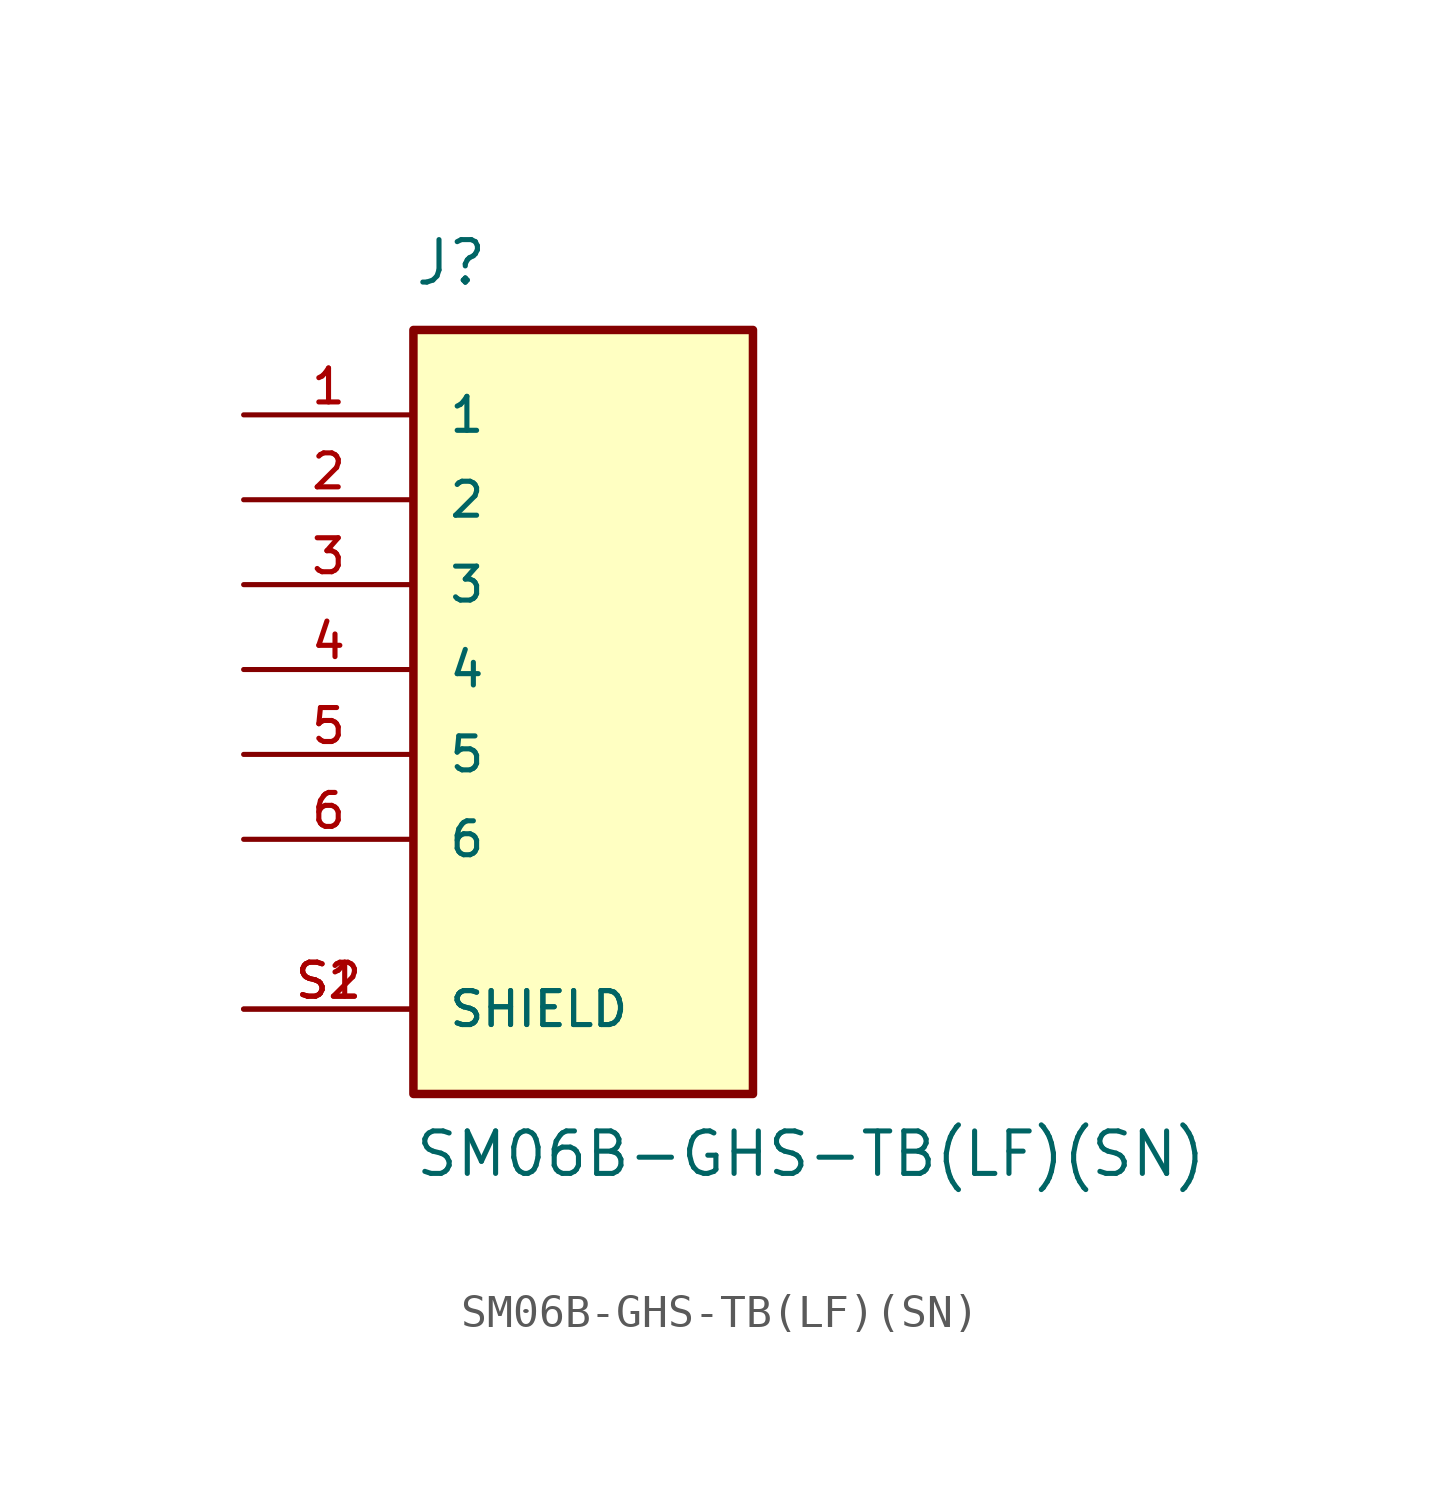
<source format=kicad_sym>
(kicad_symbol_lib
  (version 20211014)
  (generator kicad_symbol_editor)
  (symbol "SM06B-GHS-TB(LF)(SN)"
    (pin_names
      (offset 1.016))
    (property "Reference" "J"
      (at -5.08 11.43 0)
      (effects (font (size 1.27 1.27)) (justify left bottom)))
    (property "Value" "SM06B-GHS-TB(LF)(SN)"
      (at -5.08 -15.24 0)
      (effects (font (size 1.27 1.27)) (justify left bottom)))
    (property "ki_locked" ""
      (at 0 0 0)
      (effects (font (size 1.27 1.27))))
    (symbol "SM06B-GHS-TB(LF)(SN)_0_0"
      (rectangle (start -5.08 -12.7) (end 5.08 10.16) (stroke (width 0.254) (type default) (color 0 0 0 0)) (fill (type background)))
      (pin passive line (at -10.16 7.62 0) (length 5.08) (name "1" (effects (font (size 1.016 1.016)))) (number "1" (effects (font (size 1.016 1.016)))))
      (pin passive line (at -10.16 5.08 0) (length 5.08) (name "2" (effects (font (size 1.016 1.016)))) (number "2" (effects (font (size 1.016 1.016)))))
      (pin passive line (at -10.16 2.54 0) (length 5.08) (name "3" (effects (font (size 1.016 1.016)))) (number "3" (effects (font (size 1.016 1.016)))))
      (pin passive line (at -10.16 0 0) (length 5.08) (name "4" (effects (font (size 1.016 1.016)))) (number "4" (effects (font (size 1.016 1.016)))))
      (pin passive line (at -10.16 -2.54 0) (length 5.08) (name "5" (effects (font (size 1.016 1.016)))) (number "5" (effects (font (size 1.016 1.016)))))
      (pin passive line (at -10.16 -5.08 0) (length 5.08) (name "6" (effects (font (size 1.016 1.016)))) (number "6" (effects (font (size 1.016 1.016)))))
      (pin passive line (at -10.16 -10.16 0) (length 5.08) (name "SHIELD" (effects (font (size 1.016 1.016)))) (number "S1" (effects (font (size 1.016 1.016)))))
      (pin passive line (at -10.16 -10.16 0) (length 5.08) (name "SHIELD" (effects (font (size 1.016 1.016)))) (number "S2" (effects (font (size 1.016 1.016))))))))
</source>
